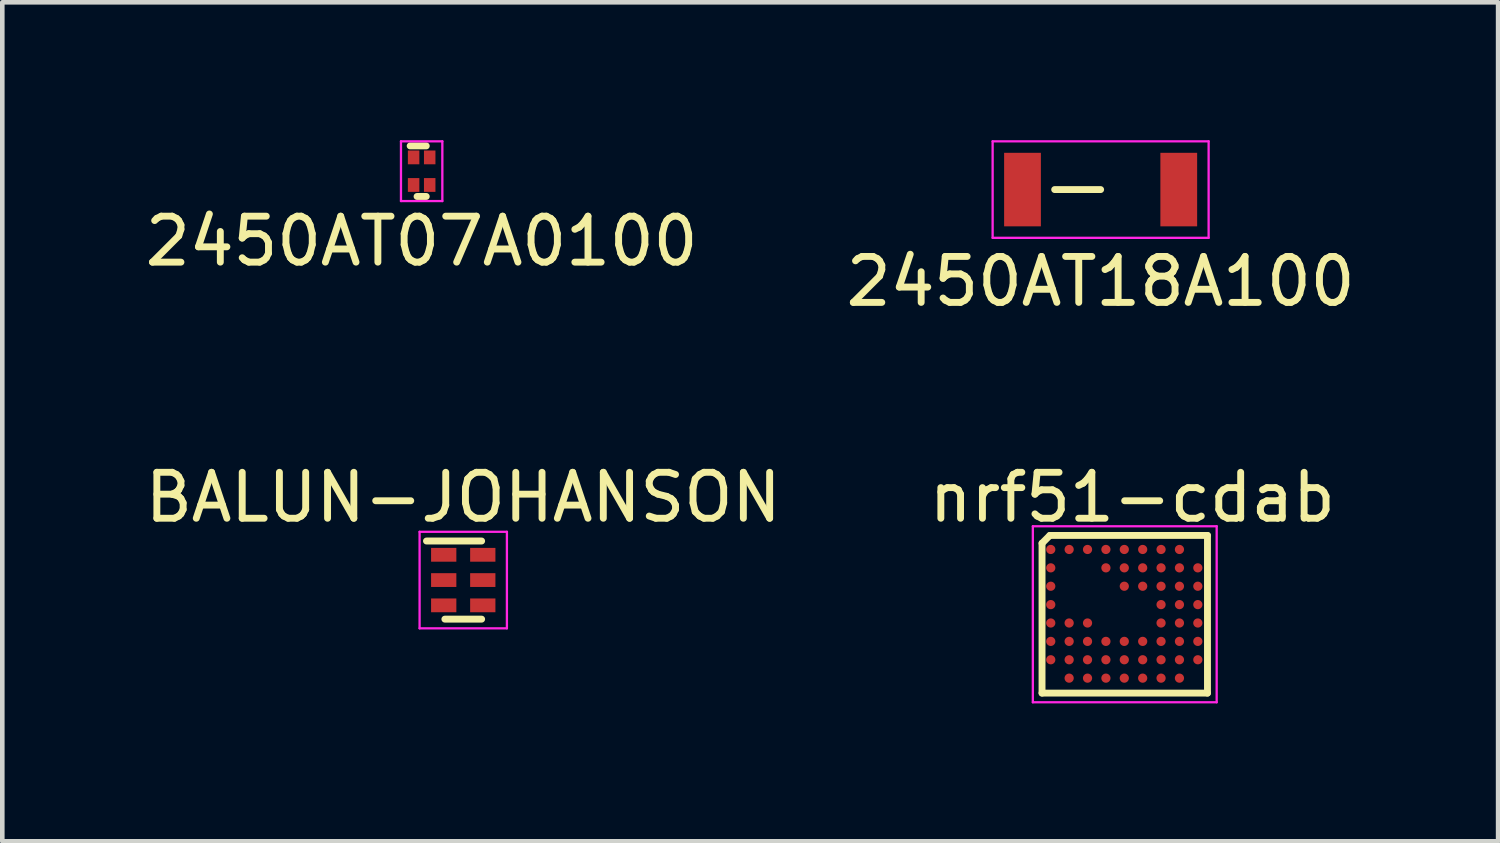
<source format=kicad_pcb>
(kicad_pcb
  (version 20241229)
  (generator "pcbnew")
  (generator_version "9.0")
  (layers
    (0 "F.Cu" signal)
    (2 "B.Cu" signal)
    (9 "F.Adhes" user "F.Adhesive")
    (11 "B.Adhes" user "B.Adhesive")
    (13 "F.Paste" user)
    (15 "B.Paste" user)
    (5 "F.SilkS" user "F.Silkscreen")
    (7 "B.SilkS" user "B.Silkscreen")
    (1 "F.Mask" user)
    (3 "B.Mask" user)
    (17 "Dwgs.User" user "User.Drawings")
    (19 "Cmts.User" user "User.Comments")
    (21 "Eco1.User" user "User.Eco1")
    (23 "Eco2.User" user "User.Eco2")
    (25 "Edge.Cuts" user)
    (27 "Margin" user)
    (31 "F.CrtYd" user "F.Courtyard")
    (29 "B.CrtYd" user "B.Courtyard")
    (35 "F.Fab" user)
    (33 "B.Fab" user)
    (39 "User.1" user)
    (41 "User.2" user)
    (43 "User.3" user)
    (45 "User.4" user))
  (footprint "BALUN-JOHANSON"
    (layer "F.Cu")
    (at 7.03 9.572)
    (property "Reference" "BALUN-JOHANSON" (at 0 -1.8 0) (layer "F.SilkS") (effects (font (size 1 1) (thickness 0.15))))
    (attr through_hole)
    (fp_line (start -0.4 0.85) (end 0.4 0.85) (stroke (width 0.15) (type solid)) (layer "F.SilkS"))
    (fp_line (start 0.4 -0.85) (end -0.8 -0.85) (stroke (width 0.15) (type solid)) (layer "F.SilkS"))
    (fp_line (start -0.95 -1.05) (end 0.95 -1.05) (stroke (width 0.05) (type solid)) (layer "F.CrtYd"))
    (fp_line (start -0.95 1.05) (end -0.95 -1.05) (stroke (width 0.05) (type solid)) (layer "F.CrtYd"))
    (fp_line (start 0.95 -1.05) (end 0.95 1.05) (stroke (width 0.05) (type solid)) (layer "F.CrtYd"))
    (fp_line (start 0.95 1.05) (end -0.95 1.05) (stroke (width 0.05) (type solid)) (layer "F.CrtYd"))
    (pad "1" smd rect (at -0.425 -0.55 90) (size 0.3 0.55) (layers "F.Cu" "F.Mask" "F.Paste"))
    (pad "2" smd rect (at -0.425 0 90) (size 0.3 0.55) (layers "F.Cu" "F.Mask" "F.Paste"))
    (pad "3" smd rect (at -0.425 0.55 90) (size 0.3 0.55) (layers "F.Cu" "F.Mask" "F.Paste"))
    (pad "4" smd rect (at 0.425 0.55 90) (size 0.3 0.55) (layers "F.Cu" "F.Mask" "F.Paste"))
    (pad "5" smd rect (at 0.425 0 90) (size 0.3 0.55) (layers "F.Cu" "F.Mask" "F.Paste"))
    (pad "6" smd rect (at 0.425 -0.55 90) (size 0.3 0.55) (layers "F.Cu" "F.Mask" "F.Paste")))
  (footprint "2450AT18A100"
    (layer "F.Cu")
    (at 20.899 1.075)
    (property "Reference" "2450AT18A100" (at 0 2 0) (layer "F.SilkS") (effects (font (size 1 1) (thickness 0.15))))
    (attr through_hole)
    (fp_line (start 0 0) (end -1 0) (stroke (width 0.15) (type solid)) (layer "F.SilkS"))
    (fp_line (start -2.35 -1.05) (end 2.35 -1.05) (stroke (width 0.05) (type solid)) (layer "F.CrtYd"))
    (fp_line (start -2.35 1.05) (end -2.35 -1.05) (stroke (width 0.05) (type solid)) (layer "F.CrtYd"))
    (fp_line (start 2.35 -1.05) (end 2.35 1.05) (stroke (width 0.05) (type solid)) (layer "F.CrtYd"))
    (fp_line (start 2.35 1.05) (end -2.35 1.05) (stroke (width 0.05) (type solid)) (layer "F.CrtYd"))
    (pad "1" smd rect (at -1.7 0) (size 0.8 1.6) (layers "F.Cu" "F.Mask" "F.Paste"))
    (pad "2" smd rect (at 1.7 0) (size 0.8 1.6) (layers "F.Cu" "F.Mask" "F.Paste")))
  (footprint "2450AT07A0100"
    (layer "F.Cu")
    (at 6.125 0.675)
    (property "Reference" "2450AT07A0100" (at 0 1.524 0) (layer "F.SilkS") (effects (font (size 1 1) (thickness 0.15))))
    (attr through_hole)
    (fp_line (start -0.1 0.55) (end 0.1 0.55) (stroke (width 0.15) (type solid)) (layer "F.SilkS"))
    (fp_line (start 0.1 -0.55) (end -0.25 -0.55) (stroke (width 0.15) (type solid)) (layer "F.SilkS"))
    (fp_line (start -0.45 -0.65) (end 0.45 -0.65) (stroke (width 0.05) (type solid)) (layer "F.CrtYd"))
    (fp_line (start -0.45 0.65) (end -0.45 -0.65) (stroke (width 0.05) (type solid)) (layer "F.CrtYd"))
    (fp_line (start 0.45 -0.65) (end 0.45 0.65) (stroke (width 0.05) (type solid)) (layer "F.CrtYd"))
    (fp_line (start 0.45 0.65) (end -0.45 0.65) (stroke (width 0.05) (type solid)) (layer "F.CrtYd"))
    (pad "1" smd rect (at -0.175 -0.3 180) (size 0.25 0.3) (layers "F.Cu" "F.Mask" "F.Paste"))
    (pad "2" smd rect (at -0.175 0.3 180) (size 0.25 0.3) (layers "F.Cu" "F.Mask" "F.Paste"))
    (pad "3" smd rect (at 0.175 0.3 180) (size 0.25 0.3) (layers "F.Cu" "F.Mask" "F.Paste"))
    (pad "4" smd rect (at 0.175 -0.3 180) (size 0.25 0.3) (layers "F.Cu" "F.Mask" "F.Paste")))
  (footprint "nrf51-cdab"
    (layer "F.Cu")
    (at 21.589 10.566)
    (property "Reference" "nrf51-cdab" (at 0 -2.794 0) (layer "F.SilkS") (effects (font (size 1 1) (thickness 0.15))))
    (attr smd)
    (fp_line (start -1.965 -1.795) (end -1.795 -1.965) (stroke (width 0.15) (type solid)) (layer "F.SilkS"))
    (fp_line (start -1.965 1.465) (end -1.965 -1.795) (stroke (width 0.15) (type solid)) (layer "F.SilkS"))
    (fp_line (start -1.965 1.465) (end 1.635 1.465) (stroke (width 0.15) (type solid)) (layer "F.SilkS"))
    (fp_line (start -1.795 -1.965) (end 1.635 -1.965) (stroke (width 0.15) (type solid)) (layer "F.SilkS"))
    (fp_line (start 1.635 1.465) (end 1.635 -1.965) (stroke (width 0.15) (type solid)) (layer "F.SilkS"))
    (fp_line (start -2.165 -2.165) (end 1.835 -2.165) (stroke (width 0.05) (type solid)) (layer "F.CrtYd"))
    (fp_line (start -2.165 1.665) (end -2.165 -2.165) (stroke (width 0.05) (type solid)) (layer "F.CrtYd"))
    (fp_line (start -2.165 1.665) (end 1.835 1.665) (stroke (width 0.05) (type solid)) (layer "F.CrtYd"))
    (fp_line (start 1.835 1.665) (end 1.835 -2.165) (stroke (width 0.05) (type solid)) (layer "F.CrtYd"))
    (pad "A1" smd circle (at -1.775 -1.66) (size 0.2 0.2) (layers "F.Cu" "F.Mask" "F.Paste"))
    (pad "A2" smd circle (at -1.375 -1.66) (size 0.2 0.2) (layers "F.Cu" "F.Mask" "F.Paste"))
    (pad "A3" smd circle (at -0.975 -1.66) (size 0.2 0.2) (layers "F.Cu" "F.Mask" "F.Paste"))
    (pad "A4" smd circle (at -0.575 -1.66) (size 0.2 0.2) (layers "F.Cu" "F.Mask" "F.Paste"))
    (pad "A5" smd circle (at -0.175 -1.66) (size 0.2 0.2) (layers "F.Cu" "F.Mask" "F.Paste"))
    (pad "A6" smd circle (at 0.225 -1.66) (size 0.2 0.2) (layers "F.Cu" "F.Mask" "F.Paste"))
    (pad "A7" smd circle (at 0.625 -1.66) (size 0.2 0.2) (layers "F.Cu" "F.Mask" "F.Paste"))
    (pad "A8" smd circle (at 1.025 -1.66) (size 0.2 0.2) (layers "F.Cu" "F.Mask" "F.Paste"))
    (pad "B1" smd circle (at -1.775 -1.26) (size 0.2 0.2) (layers "F.Cu" "F.Mask" "F.Paste"))
    (pad "B4" smd circle (at -0.575 -1.26) (size 0.2 0.2) (layers "F.Cu" "F.Mask" "F.Paste"))
    (pad "B5" smd circle (at -0.175 -1.26) (size 0.2 0.2) (layers "F.Cu" "F.Mask" "F.Paste"))
    (pad "B6" smd circle (at 0.225 -1.26) (size 0.2 0.2) (layers "F.Cu" "F.Mask" "F.Paste"))
    (pad "B7" smd circle (at 0.625 -1.26) (size 0.2 0.2) (layers "F.Cu" "F.Mask" "F.Paste"))
    (pad "B8" smd circle (at 1.025 -1.26) (size 0.2 0.2) (layers "F.Cu" "F.Mask" "F.Paste"))
    (pad "B9" smd circle (at 1.425 -1.26) (size 0.2 0.2) (layers "F.Cu" "F.Mask" "F.Paste"))
    (pad "C1" smd circle (at -1.775 -0.86) (size 0.2 0.2) (layers "F.Cu" "F.Mask" "F.Paste"))
    (pad "C5" smd circle (at -0.175 -0.86) (size 0.2 0.2) (layers "F.Cu" "F.Mask" "F.Paste"))
    (pad "C6" smd circle (at 0.225 -0.86) (size 0.2 0.2) (layers "F.Cu" "F.Mask" "F.Paste"))
    (pad "C7" smd circle (at 0.625 -0.86) (size 0.2 0.2) (layers "F.Cu" "F.Mask" "F.Paste"))
    (pad "C8" smd circle (at 1.025 -0.86) (size 0.2 0.2) (layers "F.Cu" "F.Mask" "F.Paste"))
    (pad "C9" smd circle (at 1.425 -0.86) (size 0.2 0.2) (layers "F.Cu" "F.Mask" "F.Paste"))
    (pad "D1" smd circle (at -1.775 -0.46) (size 0.2 0.2) (layers "F.Cu" "F.Mask" "F.Paste"))
    (pad "D7" smd circle (at 0.625 -0.46) (size 0.2 0.2) (layers "F.Cu" "F.Mask" "F.Paste"))
    (pad "D8" smd circle (at 1.025 -0.46) (size 0.2 0.2) (layers "F.Cu" "F.Mask" "F.Paste"))
    (pad "D9" smd circle (at 1.425 -0.46) (size 0.2 0.2) (layers "F.Cu" "F.Mask" "F.Paste"))
    (pad "E1" smd circle (at -1.775 -0.06) (size 0.2 0.2) (layers "F.Cu" "F.Mask" "F.Paste"))
    (pad "E2" smd circle (at -1.375 -0.06) (size 0.2 0.2) (layers "F.Cu" "F.Mask" "F.Paste"))
    (pad "E3" smd circle (at -0.975 -0.06) (size 0.2 0.2) (layers "F.Cu" "F.Mask" "F.Paste"))
    (pad "E7" smd circle (at 0.625 -0.06) (size 0.2 0.2) (layers "F.Cu" "F.Mask" "F.Paste"))
    (pad "E8" smd circle (at 1.025 -0.06) (size 0.2 0.2) (layers "F.Cu" "F.Mask" "F.Paste"))
    (pad "E9" smd circle (at 1.425 -0.06) (size 0.2 0.2) (layers "F.Cu" "F.Mask" "F.Paste"))
    (pad "F1" smd circle (at -1.775 0.34) (size 0.2 0.2) (layers "F.Cu" "F.Mask" "F.Paste"))
    (pad "F2" smd circle (at -1.375 0.34) (size 0.2 0.2) (layers "F.Cu" "F.Mask" "F.Paste"))
    (pad "F3" smd circle (at -0.975 0.34) (size 0.2 0.2) (layers "F.Cu" "F.Mask" "F.Paste"))
    (pad "F4" smd circle (at -0.575 0.34) (size 0.2 0.2) (layers "F.Cu" "F.Mask" "F.Paste"))
    (pad "F5" smd circle (at -0.175 0.34) (size 0.2 0.2) (layers "F.Cu" "F.Mask" "F.Paste"))
    (pad "F6" smd circle (at 0.225 0.34) (size 0.2 0.2) (layers "F.Cu" "F.Mask" "F.Paste"))
    (pad "F7" smd circle (at 0.625 0.34) (size 0.2 0.2) (layers "F.Cu" "F.Mask" "F.Paste"))
    (pad "F8" smd circle (at 1.025 0.34) (size 0.2 0.2) (layers "F.Cu" "F.Mask" "F.Paste"))
    (pad "F9" smd circle (at 1.425 0.34) (size 0.2 0.2) (layers "F.Cu" "F.Mask" "F.Paste"))
    (pad "G1" smd circle (at -1.775 0.74) (size 0.2 0.2) (layers "F.Cu" "F.Mask" "F.Paste"))
    (pad "G2" smd circle (at -1.375 0.74) (size 0.2 0.2) (layers "F.Cu" "F.Mask" "F.Paste"))
    (pad "G3" smd circle (at -0.975 0.74) (size 0.2 0.2) (layers "F.Cu" "F.Mask" "F.Paste"))
    (pad "G4" smd circle (at -0.575 0.74) (size 0.2 0.2) (layers "F.Cu" "F.Mask" "F.Paste"))
    (pad "G5" smd circle (at -0.175 0.74) (size 0.2 0.2) (layers "F.Cu" "F.Mask" "F.Paste"))
    (pad "G6" smd circle (at 0.225 0.74) (size 0.2 0.2) (layers "F.Cu" "F.Mask" "F.Paste"))
    (pad "G7" smd circle (at 0.625 0.74) (size 0.2 0.2) (layers "F.Cu" "F.Mask" "F.Paste"))
    (pad "G8" smd circle (at 1.025 0.74) (size 0.2 0.2) (layers "F.Cu" "F.Mask" "F.Paste"))
    (pad "G9" smd circle (at 1.425 0.74) (size 0.2 0.2) (layers "F.Cu" "F.Mask" "F.Paste"))
    (pad "H2" smd circle (at -1.375 1.14) (size 0.2 0.2) (layers "F.Cu" "F.Mask" "F.Paste"))
    (pad "H3" smd circle (at -0.975 1.14) (size 0.2 0.2) (layers "F.Cu" "F.Mask" "F.Paste"))
    (pad "H4" smd circle (at -0.575 1.14) (size 0.2 0.2) (layers "F.Cu" "F.Mask" "F.Paste"))
    (pad "H5" smd circle (at -0.175 1.14) (size 0.2 0.2) (layers "F.Cu" "F.Mask" "F.Paste"))
    (pad "H6" smd circle (at 0.225 1.14) (size 0.2 0.2) (layers "F.Cu" "F.Mask" "F.Paste"))
    (pad "H7" smd circle (at 0.625 1.14) (size 0.2 0.2) (layers "F.Cu" "F.Mask" "F.Paste"))
    (pad "H8" smd circle (at 1.025 1.14) (size 0.2 0.2) (layers "F.Cu" "F.Mask" "F.Paste")))
  (gr_rect
    (start -3 -3)
    (end 29.548 15.256)
    (stroke (width 0.1) (type default))
    (fill no)
    (layer "Edge.Cuts")))
</source>
